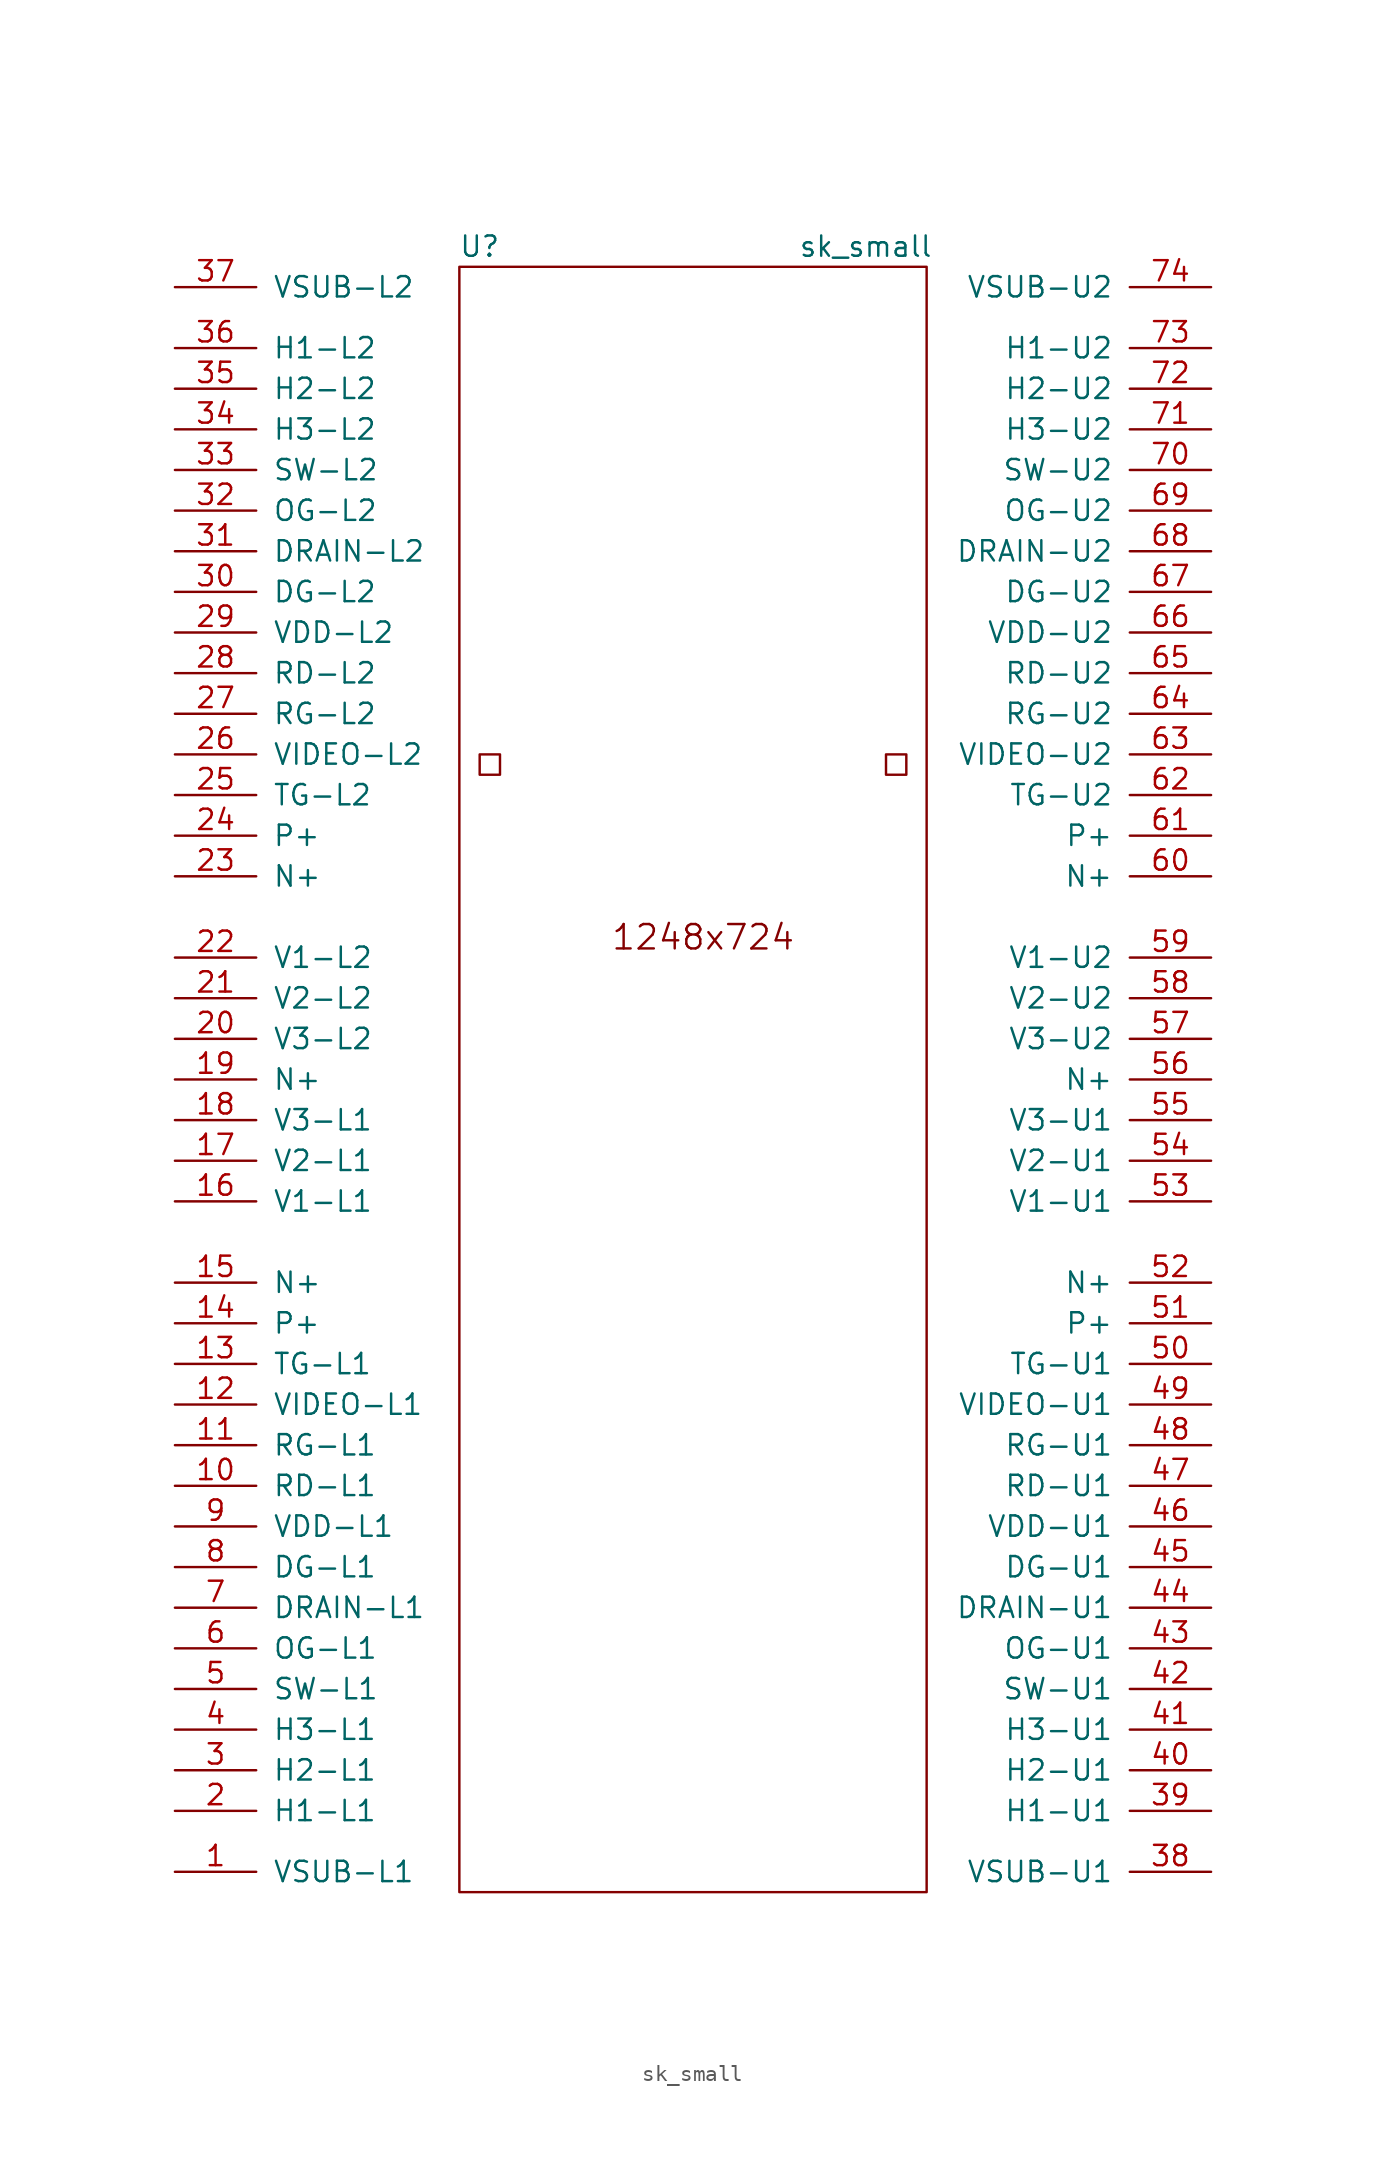
<source format=kicad_sym>
(kicad_symbol_lib
  (version 20220914)
  (generator kicad_symbol_editor)
  (symbol "sk_small"
    (pin_names
      (offset 1.016))
    (property "Reference" "U"
      (at -15.24 33.02 0)
      (effects (font (size 1.27 1.27))))
    (property "Value" "sk_small"
      (at 8.89 33.02 0)
      (effects (font (size 1.27 1.27))))
    (symbol "sk_small_1_1"
      (rectangle (start -16.51 31.75) (end 12.7 -69.85) (stroke (width 0) (type default)) (fill (type none)))
      (rectangle (start -13.97 0) (end -15.24 1.27) (stroke (width 0) (type default)) (fill (type none)))
      (rectangle (start 11.43 0) (end 10.16 1.27) (stroke (width 0) (type default)) (fill (type none)))
      (text "1248x724" (at -1.27 -10.16 0) (effects (font (size 1.524 1.524))))
      (pin input line (at -34.29 -68.58 0) (length 5.08) (name "VSUB-L1" (effects (font (size 1.27 1.27)))) (number "1" (effects (font (size 1.27 1.27)))))
      (pin input line (at -34.29 -44.45 0) (length 5.08) (name "RD-L1" (effects (font (size 1.27 1.27)))) (number "10" (effects (font (size 1.27 1.27)))))
      (pin input line (at -34.29 -41.91 0) (length 5.08) (name "RG-L1" (effects (font (size 1.27 1.27)))) (number "11" (effects (font (size 1.27 1.27)))))
      (pin input line (at -34.29 -39.37 0) (length 5.08) (name "VIDEO-L1" (effects (font (size 1.27 1.27)))) (number "12" (effects (font (size 1.27 1.27)))))
      (pin input line (at -34.29 -36.83 0) (length 5.08) (name "TG-L1" (effects (font (size 1.27 1.27)))) (number "13" (effects (font (size 1.27 1.27)))))
      (pin input line (at -34.29 -34.29 0) (length 5.08) (name "P+" (effects (font (size 1.27 1.27)))) (number "14" (effects (font (size 1.27 1.27)))))
      (pin input line (at -34.29 -31.75 0) (length 5.08) (name "N+" (effects (font (size 1.27 1.27)))) (number "15" (effects (font (size 1.27 1.27)))))
      (pin input line (at -34.29 -26.67 0) (length 5.08) (name "V1-L1" (effects (font (size 1.27 1.27)))) (number "16" (effects (font (size 1.27 1.27)))))
      (pin input line (at -34.29 -24.13 0) (length 5.08) (name "V2-L1" (effects (font (size 1.27 1.27)))) (number "17" (effects (font (size 1.27 1.27)))))
      (pin input line (at -34.29 -21.59 0) (length 5.08) (name "V3-L1" (effects (font (size 1.27 1.27)))) (number "18" (effects (font (size 1.27 1.27)))))
      (pin input line (at -34.29 -19.05 0) (length 5.08) (name "N+" (effects (font (size 1.27 1.27)))) (number "19" (effects (font (size 1.27 1.27)))))
      (pin input line (at -34.29 -64.77 0) (length 5.08) (name "H1-L1" (effects (font (size 1.27 1.27)))) (number "2" (effects (font (size 1.27 1.27)))))
      (pin input line (at -34.29 -16.51 0) (length 5.08) (name "V3-L2" (effects (font (size 1.27 1.27)))) (number "20" (effects (font (size 1.27 1.27)))))
      (pin input line (at -34.29 -13.97 0) (length 5.08) (name "V2-L2" (effects (font (size 1.27 1.27)))) (number "21" (effects (font (size 1.27 1.27)))))
      (pin input line (at -34.29 -11.43 0) (length 5.08) (name "V1-L2" (effects (font (size 1.27 1.27)))) (number "22" (effects (font (size 1.27 1.27)))))
      (pin input line (at -34.29 -6.35 0) (length 5.08) (name "N+" (effects (font (size 1.27 1.27)))) (number "23" (effects (font (size 1.27 1.27)))))
      (pin input line (at -34.29 -3.81 0) (length 5.08) (name "P+" (effects (font (size 1.27 1.27)))) (number "24" (effects (font (size 1.27 1.27)))))
      (pin input line (at -34.29 -1.27 0) (length 5.08) (name "TG-L2" (effects (font (size 1.27 1.27)))) (number "25" (effects (font (size 1.27 1.27)))))
      (pin input line (at -34.29 1.27 0) (length 5.08) (name "VIDEO-L2" (effects (font (size 1.27 1.27)))) (number "26" (effects (font (size 1.27 1.27)))))
      (pin input line (at -34.29 3.81 0) (length 5.08) (name "RG-L2" (effects (font (size 1.27 1.27)))) (number "27" (effects (font (size 1.27 1.27)))))
      (pin input line (at -34.29 6.35 0) (length 5.08) (name "RD-L2" (effects (font (size 1.27 1.27)))) (number "28" (effects (font (size 1.27 1.27)))))
      (pin input line (at -34.29 8.89 0) (length 5.08) (name "VDD-L2" (effects (font (size 1.27 1.27)))) (number "29" (effects (font (size 1.27 1.27)))))
      (pin input line (at -34.29 -62.23 0) (length 5.08) (name "H2-L1" (effects (font (size 1.27 1.27)))) (number "3" (effects (font (size 1.27 1.27)))))
      (pin input line (at -34.29 11.43 0) (length 5.08) (name "DG-L2" (effects (font (size 1.27 1.27)))) (number "30" (effects (font (size 1.27 1.27)))))
      (pin input line (at -34.29 13.97 0) (length 5.08) (name "DRAIN-L2" (effects (font (size 1.27 1.27)))) (number "31" (effects (font (size 1.27 1.27)))))
      (pin input line (at -34.29 16.51 0) (length 5.08) (name "OG-L2" (effects (font (size 1.27 1.27)))) (number "32" (effects (font (size 1.27 1.27)))))
      (pin input line (at -34.29 19.05 0) (length 5.08) (name "SW-L2" (effects (font (size 1.27 1.27)))) (number "33" (effects (font (size 1.27 1.27)))))
      (pin input line (at -34.29 21.59 0) (length 5.08) (name "H3-L2" (effects (font (size 1.27 1.27)))) (number "34" (effects (font (size 1.27 1.27)))))
      (pin input line (at -34.29 24.13 0) (length 5.08) (name "H2-L2" (effects (font (size 1.27 1.27)))) (number "35" (effects (font (size 1.27 1.27)))))
      (pin input line (at -34.29 26.67 0) (length 5.08) (name "H1-L2" (effects (font (size 1.27 1.27)))) (number "36" (effects (font (size 1.27 1.27)))))
      (pin input line (at -34.29 30.48 0) (length 5.08) (name "VSUB-L2" (effects (font (size 1.27 1.27)))) (number "37" (effects (font (size 1.27 1.27)))))
      (pin input line (at 30.48 -68.58 180) (length 5.08) (name "VSUB-U1" (effects (font (size 1.27 1.27)))) (number "38" (effects (font (size 1.27 1.27)))))
      (pin input line (at 30.48 -64.77 180) (length 5.08) (name "H1-U1" (effects (font (size 1.27 1.27)))) (number "39" (effects (font (size 1.27 1.27)))))
      (pin input line (at -34.29 -59.69 0) (length 5.08) (name "H3-L1" (effects (font (size 1.27 1.27)))) (number "4" (effects (font (size 1.27 1.27)))))
      (pin input line (at 30.48 -62.23 180) (length 5.08) (name "H2-U1" (effects (font (size 1.27 1.27)))) (number "40" (effects (font (size 1.27 1.27)))))
      (pin input line (at 30.48 -59.69 180) (length 5.08) (name "H3-U1" (effects (font (size 1.27 1.27)))) (number "41" (effects (font (size 1.27 1.27)))))
      (pin input line (at 30.48 -57.15 180) (length 5.08) (name "SW-U1" (effects (font (size 1.27 1.27)))) (number "42" (effects (font (size 1.27 1.27)))))
      (pin input line (at 30.48 -54.61 180) (length 5.08) (name "OG-U1" (effects (font (size 1.27 1.27)))) (number "43" (effects (font (size 1.27 1.27)))))
      (pin input line (at 30.48 -52.07 180) (length 5.08) (name "DRAIN-U1" (effects (font (size 1.27 1.27)))) (number "44" (effects (font (size 1.27 1.27)))))
      (pin input line (at 30.48 -49.53 180) (length 5.08) (name "DG-U1" (effects (font (size 1.27 1.27)))) (number "45" (effects (font (size 1.27 1.27)))))
      (pin input line (at 30.48 -46.99 180) (length 5.08) (name "VDD-U1" (effects (font (size 1.27 1.27)))) (number "46" (effects (font (size 1.27 1.27)))))
      (pin input line (at 30.48 -44.45 180) (length 5.08) (name "RD-U1" (effects (font (size 1.27 1.27)))) (number "47" (effects (font (size 1.27 1.27)))))
      (pin input line (at 30.48 -41.91 180) (length 5.08) (name "RG-U1" (effects (font (size 1.27 1.27)))) (number "48" (effects (font (size 1.27 1.27)))))
      (pin input line (at 30.48 -39.37 180) (length 5.08) (name "VIDEO-U1" (effects (font (size 1.27 1.27)))) (number "49" (effects (font (size 1.27 1.27)))))
      (pin input line (at -34.29 -57.15 0) (length 5.08) (name "SW-L1" (effects (font (size 1.27 1.27)))) (number "5" (effects (font (size 1.27 1.27)))))
      (pin input line (at 30.48 -36.83 180) (length 5.08) (name "TG-U1" (effects (font (size 1.27 1.27)))) (number "50" (effects (font (size 1.27 1.27)))))
      (pin input line (at 30.48 -34.29 180) (length 5.08) (name "P+" (effects (font (size 1.27 1.27)))) (number "51" (effects (font (size 1.27 1.27)))))
      (pin input line (at 30.48 -31.75 180) (length 5.08) (name "N+" (effects (font (size 1.27 1.27)))) (number "52" (effects (font (size 1.27 1.27)))))
      (pin input line (at 30.48 -26.67 180) (length 5.08) (name "V1-U1" (effects (font (size 1.27 1.27)))) (number "53" (effects (font (size 1.27 1.27)))))
      (pin input line (at 30.48 -24.13 180) (length 5.08) (name "V2-U1" (effects (font (size 1.27 1.27)))) (number "54" (effects (font (size 1.27 1.27)))))
      (pin input line (at 30.48 -21.59 180) (length 5.08) (name "V3-U1" (effects (font (size 1.27 1.27)))) (number "55" (effects (font (size 1.27 1.27)))))
      (pin input line (at 30.48 -19.05 180) (length 5.08) (name "N+" (effects (font (size 1.27 1.27)))) (number "56" (effects (font (size 1.27 1.27)))))
      (pin input line (at 30.48 -16.51 180) (length 5.08) (name "V3-U2" (effects (font (size 1.27 1.27)))) (number "57" (effects (font (size 1.27 1.27)))))
      (pin input line (at 30.48 -13.97 180) (length 5.08) (name "V2-U2" (effects (font (size 1.27 1.27)))) (number "58" (effects (font (size 1.27 1.27)))))
      (pin input line (at 30.48 -11.43 180) (length 5.08) (name "V1-U2" (effects (font (size 1.27 1.27)))) (number "59" (effects (font (size 1.27 1.27)))))
      (pin input line (at -34.29 -54.61 0) (length 5.08) (name "OG-L1" (effects (font (size 1.27 1.27)))) (number "6" (effects (font (size 1.27 1.27)))))
      (pin input line (at 30.48 -6.35 180) (length 5.08) (name "N+" (effects (font (size 1.27 1.27)))) (number "60" (effects (font (size 1.27 1.27)))))
      (pin input line (at 30.48 -3.81 180) (length 5.08) (name "P+" (effects (font (size 1.27 1.27)))) (number "61" (effects (font (size 1.27 1.27)))))
      (pin input line (at 30.48 -1.27 180) (length 5.08) (name "TG-U2" (effects (font (size 1.27 1.27)))) (number "62" (effects (font (size 1.27 1.27)))))
      (pin input line (at 30.48 1.27 180) (length 5.08) (name "VIDEO-U2" (effects (font (size 1.27 1.27)))) (number "63" (effects (font (size 1.27 1.27)))))
      (pin input line (at 30.48 3.81 180) (length 5.08) (name "RG-U2" (effects (font (size 1.27 1.27)))) (number "64" (effects (font (size 1.27 1.27)))))
      (pin input line (at 30.48 6.35 180) (length 5.08) (name "RD-U2" (effects (font (size 1.27 1.27)))) (number "65" (effects (font (size 1.27 1.27)))))
      (pin input line (at 30.48 8.89 180) (length 5.08) (name "VDD-U2" (effects (font (size 1.27 1.27)))) (number "66" (effects (font (size 1.27 1.27)))))
      (pin input line (at 30.48 11.43 180) (length 5.08) (name "DG-U2" (effects (font (size 1.27 1.27)))) (number "67" (effects (font (size 1.27 1.27)))))
      (pin input line (at 30.48 13.97 180) (length 5.08) (name "DRAIN-U2" (effects (font (size 1.27 1.27)))) (number "68" (effects (font (size 1.27 1.27)))))
      (pin input line (at 30.48 16.51 180) (length 5.08) (name "OG-U2" (effects (font (size 1.27 1.27)))) (number "69" (effects (font (size 1.27 1.27)))))
      (pin input line (at -34.29 -52.07 0) (length 5.08) (name "DRAIN-L1" (effects (font (size 1.27 1.27)))) (number "7" (effects (font (size 1.27 1.27)))))
      (pin input line (at 30.48 19.05 180) (length 5.08) (name "SW-U2" (effects (font (size 1.27 1.27)))) (number "70" (effects (font (size 1.27 1.27)))))
      (pin input line (at 30.48 21.59 180) (length 5.08) (name "H3-U2" (effects (font (size 1.27 1.27)))) (number "71" (effects (font (size 1.27 1.27)))))
      (pin input line (at 30.48 24.13 180) (length 5.08) (name "H2-U2" (effects (font (size 1.27 1.27)))) (number "72" (effects (font (size 1.27 1.27)))))
      (pin input line (at 30.48 26.67 180) (length 5.08) (name "H1-U2" (effects (font (size 1.27 1.27)))) (number "73" (effects (font (size 1.27 1.27)))))
      (pin input line (at 30.48 30.48 180) (length 5.08) (name "VSUB-U2" (effects (font (size 1.27 1.27)))) (number "74" (effects (font (size 1.27 1.27)))))
      (pin input line (at -34.29 -49.53 0) (length 5.08) (name "DG-L1" (effects (font (size 1.27 1.27)))) (number "8" (effects (font (size 1.27 1.27)))))
      (pin input line (at -34.29 -46.99 0) (length 5.08) (name "VDD-L1" (effects (font (size 1.27 1.27)))) (number "9" (effects (font (size 1.27 1.27))))))))
</source>
